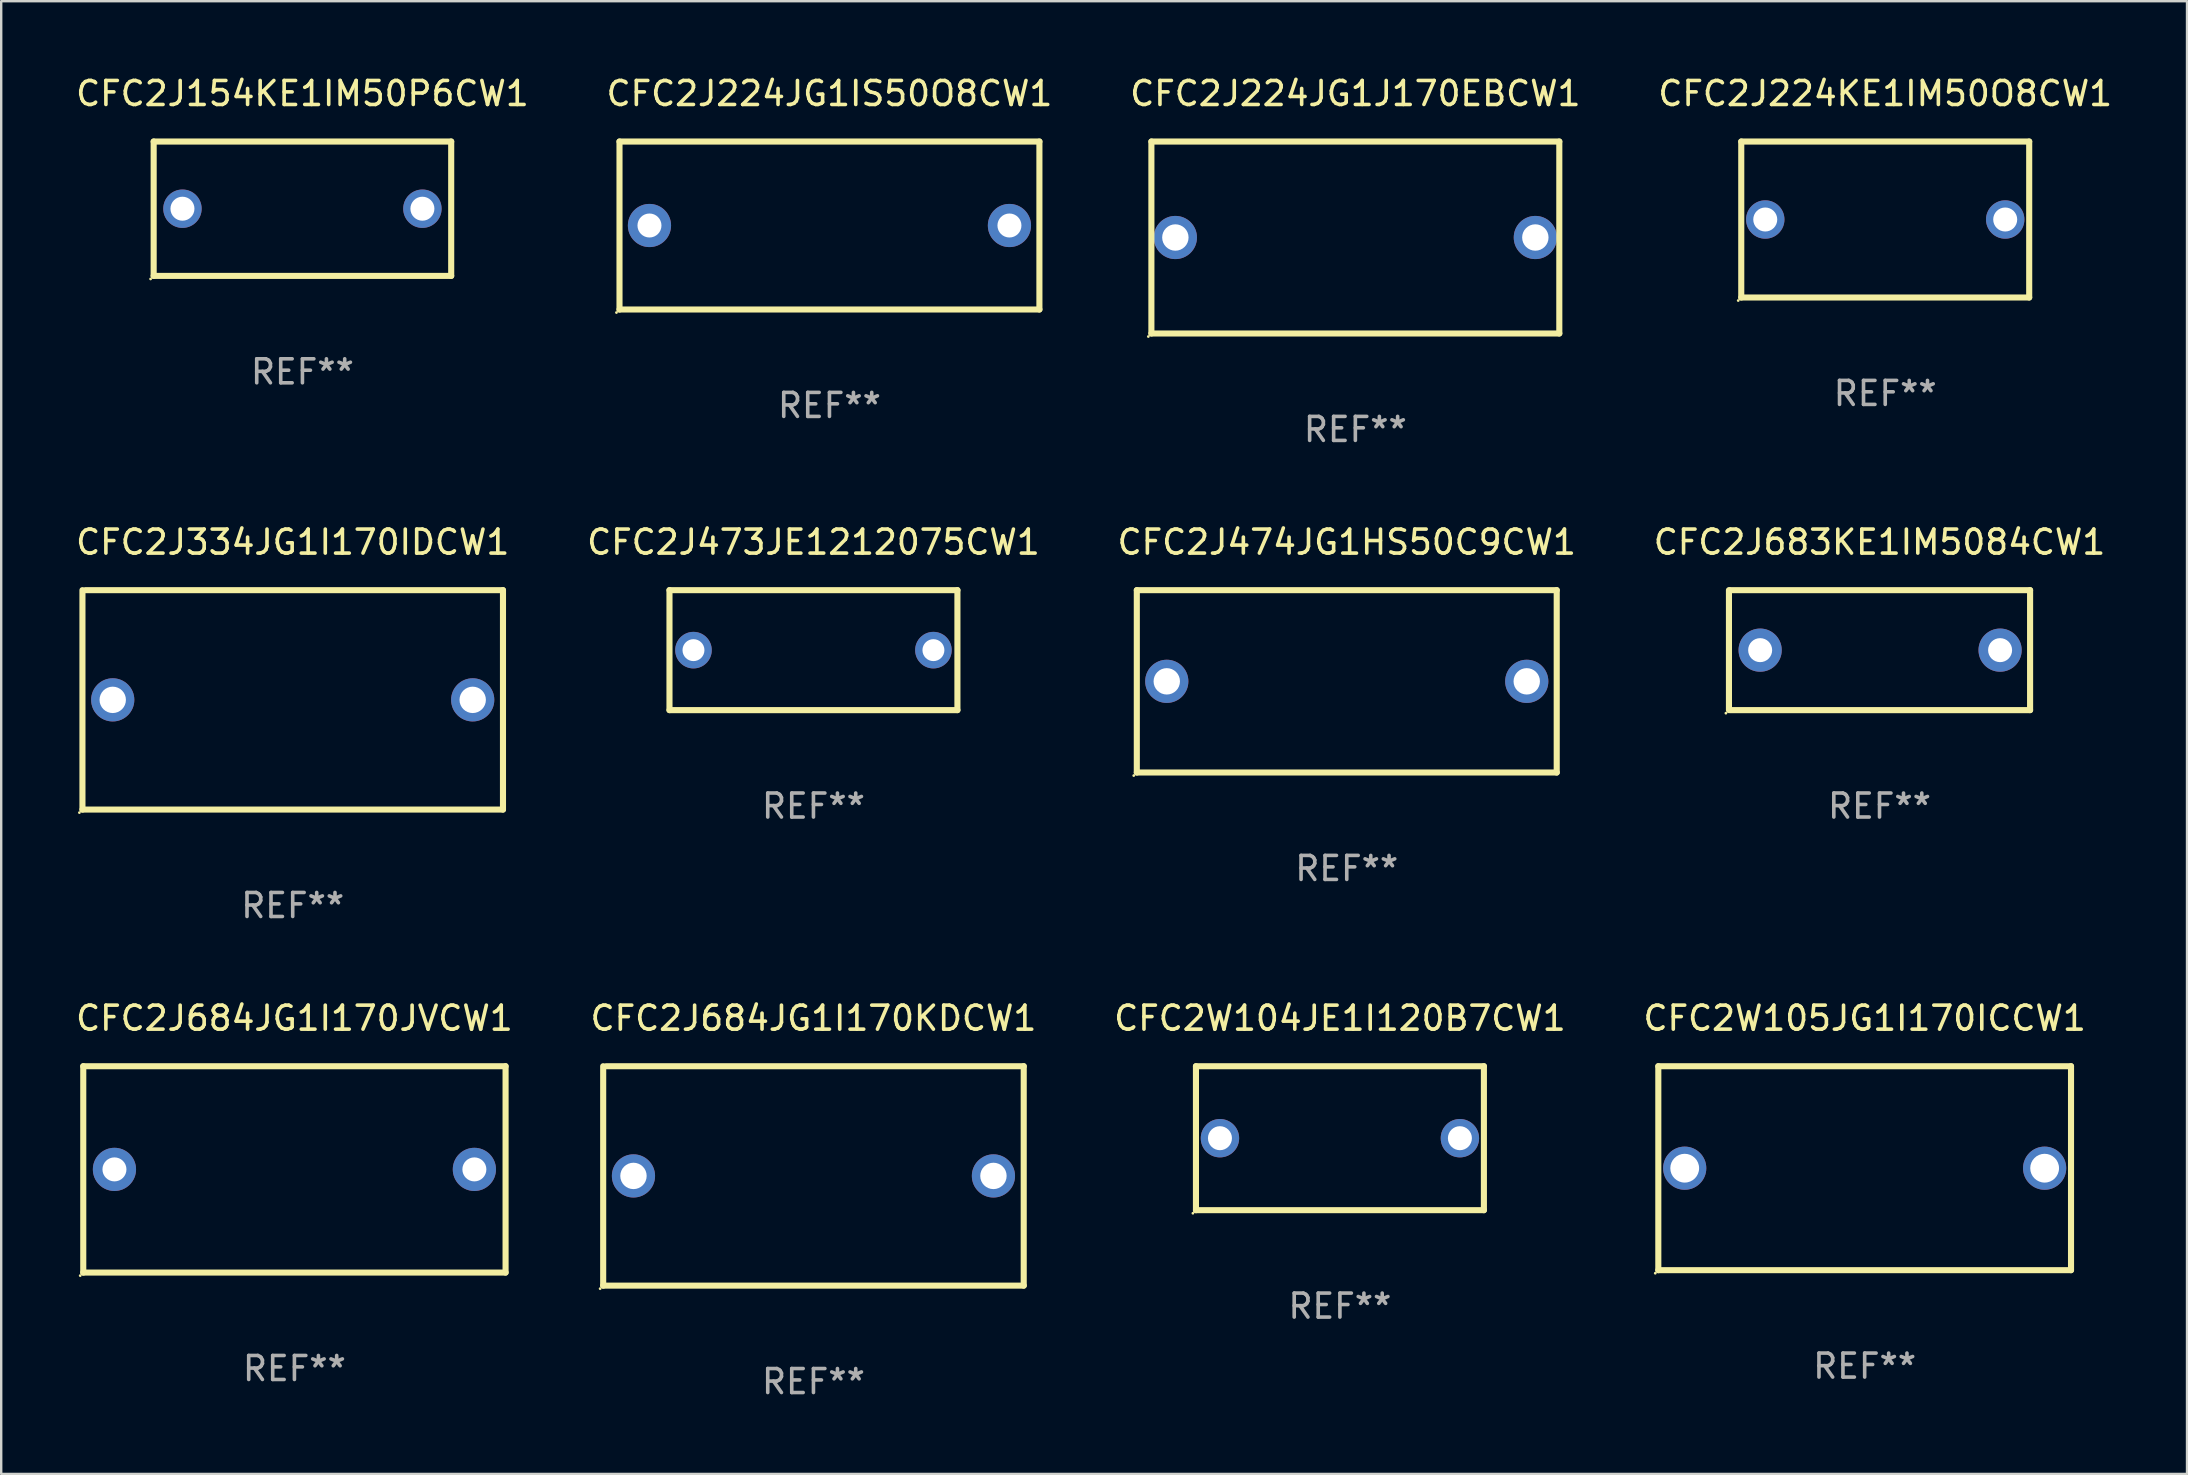
<source format=kicad_pcb>
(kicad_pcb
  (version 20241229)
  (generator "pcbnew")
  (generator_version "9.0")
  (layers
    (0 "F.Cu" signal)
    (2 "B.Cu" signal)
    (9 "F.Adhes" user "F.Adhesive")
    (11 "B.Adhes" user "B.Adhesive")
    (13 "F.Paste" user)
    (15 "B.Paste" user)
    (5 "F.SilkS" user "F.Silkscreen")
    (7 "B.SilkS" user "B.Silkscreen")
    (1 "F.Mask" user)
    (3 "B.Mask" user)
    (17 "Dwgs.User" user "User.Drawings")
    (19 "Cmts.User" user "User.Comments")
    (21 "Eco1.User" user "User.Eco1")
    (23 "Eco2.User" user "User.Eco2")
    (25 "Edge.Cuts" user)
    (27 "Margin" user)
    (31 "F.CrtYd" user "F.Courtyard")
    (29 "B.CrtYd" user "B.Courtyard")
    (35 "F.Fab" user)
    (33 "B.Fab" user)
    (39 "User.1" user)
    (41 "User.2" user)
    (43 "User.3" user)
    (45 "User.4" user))
  (footprint "CFC2J224JG1J170EBCW1"
    (layer "F.Cu")
    (at 53.435 6.848)
    (property "Reference" "CFC2J224JG1J170EBCW1" (at 0 -6 0) (layer "F.SilkS") (effects (font (size 1 1) (thickness 0.15))))
    (attr through_hole)
    (fp_line (start -8.5 -4) (end 8.5 -4) (stroke (width 0.254) (type solid)) (layer "F.SilkS"))
    (fp_line (start -8.5 4) (end -8.5 -4) (stroke (width 0.254) (type solid)) (layer "F.SilkS"))
    (fp_line (start 8.5 -4) (end 8.5 4) (stroke (width 0.254) (type solid)) (layer "F.SilkS"))
    (fp_line (start 8.5 4) (end -8.5 4) (stroke (width 0.254) (type solid)) (layer "F.SilkS"))
    (fp_circle (center -8.627 4.127) (end -8.597 4.127) (stroke (width 0.06) (type solid)) (fill no) (layer "F.SilkS"))
    (fp_text user "REF**" (at 0 8 0) (layer "F.Fab") (effects (font (size 1 1) (thickness 0.15))))
    (pad "1" thru_hole circle (at -7.501 0) (size 1.8 1.8) (drill 1.1) (layers "*.Cu" "*.Mask"))
    (pad "2" thru_hole circle (at 7.501 0) (size 1.8 1.8) (drill 1.1) (layers "*.Cu" "*.Mask")))
  (footprint "CFC2J474JG1HS50C9CW1"
    (layer "F.Cu")
    (at 53.077 25.345)
    (property "Reference" "CFC2J474JG1HS50C9CW1" (at 0 -5.8 0) (layer "F.SilkS") (effects (font (size 1 1) (thickness 0.15))))
    (attr through_hole)
    (fp_line (start -8.75 -3.8) (end 8.75 -3.8) (stroke (width 0.254) (type solid)) (layer "F.SilkS"))
    (fp_line (start -8.75 3.8) (end -8.75 -3.8) (stroke (width 0.254) (type solid)) (layer "F.SilkS"))
    (fp_line (start 8.75 -3.8) (end 8.75 3.8) (stroke (width 0.254) (type solid)) (layer "F.SilkS"))
    (fp_line (start 8.75 3.8) (end -8.75 3.8) (stroke (width 0.254) (type solid)) (layer "F.SilkS"))
    (fp_circle (center -8.877 3.927) (end -8.847 3.927) (stroke (width 0.06) (type solid)) (fill no) (layer "F.SilkS"))
    (fp_text user "REF**" (at 0 7.8 0) (layer "F.Fab") (effects (font (size 1 1) (thickness 0.15))))
    (pad "1" thru_hole circle (at -7.501 0) (size 1.8 1.8) (drill 1.1) (layers "*.Cu" "*.Mask"))
    (pad "2" thru_hole circle (at 7.501 0) (size 1.8 1.8) (drill 1.1) (layers "*.Cu" "*.Mask")))
  (footprint "CFC2J473JE1212075CW1"
    (layer "F.Cu")
    (at 30.851 24.045)
    (property "Reference" "CFC2J473JE1212075CW1" (at 0 -4.5 0) (layer "F.SilkS") (effects (font (size 1 1) (thickness 0.15))))
    (attr through_hole)
    (fp_line (start -6 -2.5) (end 6 -2.5) (stroke (width 0.254) (type solid)) (layer "F.SilkS"))
    (fp_line (start -6 2.5) (end -6 -2.5) (stroke (width 0.254) (type solid)) (layer "F.SilkS"))
    (fp_line (start 6 -2.5) (end 6 2.5) (stroke (width 0.254) (type solid)) (layer "F.SilkS"))
    (fp_line (start 6 2.5) (end -6 2.5) (stroke (width 0.254) (type solid)) (layer "F.SilkS"))
    (fp_circle (center -6 2.5) (end -5.97 2.5) (stroke (width 0.06) (type solid)) (fill no) (layer "F.SilkS"))
    (fp_text user "REF**" (at 0 6.5 0) (layer "F.Fab") (effects (font (size 1 1) (thickness 0.15))))
    (pad "1" thru_hole circle (at -5 0) (size 1.524 1.524) (drill 0.914) (layers "*.Cu" "*.Mask"))
    (pad "2" thru_hole circle (at 5 0) (size 1.524 1.524) (drill 0.914) (layers "*.Cu" "*.Mask")))
  (footprint "CFC2J683KE1IM5084CW1"
    (layer "F.Cu")
    (at 75.28 24.045)
    (property "Reference" "CFC2J683KE1IM5084CW1" (at 0 -4.5 0) (layer "F.SilkS") (effects (font (size 1 1) (thickness 0.15))))
    (attr through_hole)
    (fp_line (start -6.275 -2.5) (end -6.275 2.5) (stroke (width 0.254) (type solid)) (layer "F.SilkS"))
    (fp_line (start -6.225 -2.5) (end 6.275 -2.5) (stroke (width 0.254) (type solid)) (layer "F.SilkS"))
    (fp_line (start -6.225 2.5) (end 6.275 2.5) (stroke (width 0.254) (type solid)) (layer "F.SilkS"))
    (fp_line (start 6.275 -2.5) (end 6.275 2.5) (stroke (width 0.254) (type solid)) (layer "F.SilkS"))
    (fp_circle (center -6.402 2.627) (end -6.372 2.627) (stroke (width 0.06) (type solid)) (fill no) (layer "F.SilkS"))
    (fp_text user "REF**" (at 0 6.5 0) (layer "F.Fab") (effects (font (size 1 1) (thickness 0.15))))
    (pad "1" thru_hole circle (at -4.975 0) (size 1.8 1.8) (drill 1) (layers "*.Cu" "*.Mask"))
    (pad "2" thru_hole circle (at 5.025 0) (size 1.8 1.8) (drill 1) (layers "*.Cu" "*.Mask")))
  (footprint "CFC2J334JG1I170IDCW1"
    (layer "F.Cu")
    (at 9.149 26.117)
    (property "Reference" "CFC2J334JG1I170IDCW1" (at 0 -6.572 0) (layer "F.SilkS") (effects (font (size 1 1) (thickness 0.15))))
    (attr through_hole)
    (fp_line (start -8.763 4.572) (end -8.763 -4.572) (stroke (width 0.254) (type solid)) (layer "F.SilkS"))
    (fp_line (start -8.636 -4.572) (end 8.763 -4.572) (stroke (width 0.254) (type solid)) (layer "F.SilkS"))
    (fp_line (start 8.763 -4.572) (end 8.763 4.572) (stroke (width 0.254) (type solid)) (layer "F.SilkS"))
    (fp_line (start 8.763 4.572) (end -8.763 4.572) (stroke (width 0.254) (type solid)) (layer "F.SilkS"))
    (fp_circle (center -8.89 4.699) (end -8.86 4.699) (stroke (width 0.06) (type solid)) (fill no) (layer "F.SilkS"))
    (fp_text user "REF**" (at 0 8.572 0) (layer "F.Fab") (effects (font (size 1 1) (thickness 0.15))))
    (pad "1" thru_hole circle (at -7.501 0) (size 1.8 1.8) (drill 1.1) (layers "*.Cu" "*.Mask"))
    (pad "2" thru_hole circle (at 7.501 0) (size 1.8 1.8) (drill 1.1) (layers "*.Cu" "*.Mask")))
  (footprint "CFC2W105JG1I170ICCW1"
    (layer "F.Cu")
    (at 74.661 45.635)
    (property "Reference" "CFC2W105JG1I170ICCW1" (at 0 -6.25 0) (layer "F.SilkS") (effects (font (size 1 1) (thickness 0.15))))
    (attr through_hole)
    (fp_line (start -8.6 4.25) (end -8.6 -4.25) (stroke (width 0.254) (type solid)) (layer "F.SilkS"))
    (fp_line (start -8.6 -4.25) (end 8.6 -4.25) (stroke (width 0.254) (type solid)) (layer "F.SilkS"))
    (fp_line (start 8.6 -4.25) (end 8.6 4.25) (stroke (width 0.254) (type solid)) (layer "F.SilkS"))
    (fp_line (start 8.6 4.25) (end -8.6 4.25) (stroke (width 0.254) (type solid)) (layer "F.SilkS"))
    (fp_circle (center -8.727 4.377) (end -8.697 4.377) (stroke (width 0.06) (type solid)) (fill no) (layer "F.SilkS"))
    (fp_text user "REF**" (at 0 8.25 0) (layer "F.Fab") (effects (font (size 1 1) (thickness 0.15))))
    (pad "1" thru_hole circle (at -7.5 0) (size 1.8 1.8) (drill 1.2) (layers "*.Cu" "*.Mask"))
    (pad "2" thru_hole circle (at 7.5 0) (size 1.8 1.8) (drill 1.2) (layers "*.Cu" "*.Mask")))
  (footprint "CFC2J684JG1I170JVCW1"
    (layer "F.Cu")
    (at 9.22 45.685)
    (property "Reference" "CFC2J684JG1I170JVCW1" (at 0 -6.3 0) (layer "F.SilkS") (effects (font (size 1 1) (thickness 0.15))))
    (attr through_hole)
    (fp_line (start -8.8 -4.3) (end -8.8 4.3) (stroke (width 0.254) (type solid)) (layer "F.SilkS"))
    (fp_line (start -8.8 -4.3) (end 8.8 -4.3) (stroke (width 0.254) (type solid)) (layer "F.SilkS"))
    (fp_line (start -8.8 4.3) (end 8.8 4.3) (stroke (width 0.254) (type solid)) (layer "F.SilkS"))
    (fp_line (start 8.8 -4.3) (end 8.8 4.3) (stroke (width 0.254) (type solid)) (layer "F.SilkS"))
    (fp_circle (center -8.927 4.427) (end -8.897 4.427) (stroke (width 0.06) (type solid)) (fill no) (layer "F.SilkS"))
    (fp_text user "REF**" (at 0 8.3 0) (layer "F.Fab") (effects (font (size 1 1) (thickness 0.15))))
    (pad "1" thru_hole circle (at -7.5 0) (size 1.8 1.8) (drill 1) (layers "*.Cu" "*.Mask"))
    (pad "2" thru_hole circle (at 7.5 0) (size 1.8 1.8) (drill 1) (layers "*.Cu" "*.Mask")))
  (footprint "CFC2J224KE1IM50O8CW1"
    (layer "F.Cu")
    (at 75.518 6.098)
    (property "Reference" "CFC2J224KE1IM50O8CW1" (at 0 -5.25 0) (layer "F.SilkS") (effects (font (size 1 1) (thickness 0.15))))
    (attr through_hole)
    (fp_line (start -6 -3.25) (end 6 -3.25) (stroke (width 0.254) (type solid)) (layer "F.SilkS"))
    (fp_line (start -6 3.25) (end -6 -3.25) (stroke (width 0.254) (type solid)) (layer "F.SilkS"))
    (fp_line (start 6 -3.25) (end 6 3.25) (stroke (width 0.254) (type solid)) (layer "F.SilkS"))
    (fp_line (start 6 3.25) (end -6 3.25) (stroke (width 0.254) (type solid)) (layer "F.SilkS"))
    (fp_circle (center -6.127 3.377) (end -6.097 3.377) (stroke (width 0.06) (type solid)) (fill no) (layer "F.SilkS"))
    (fp_text user "REF**" (at 0 7.25 0) (layer "F.Fab") (effects (font (size 1 1) (thickness 0.15))))
    (pad "1" thru_hole circle (at -5 0) (size 1.6 1.6) (drill 1) (layers "*.Cu" "*.Mask"))
    (pad "2" thru_hole circle (at 5 0) (size 1.6 1.6) (drill 1) (layers "*.Cu" "*.Mask")))
  (footprint "CFC2W104JE1I120B7CW1"
    (layer "F.Cu")
    (at 52.792 44.385)
    (property "Reference" "CFC2W104JE1I120B7CW1" (at 0 -5 0) (layer "F.SilkS") (effects (font (size 1 1) (thickness 0.15))))
    (attr through_hole)
    (fp_line (start -6 -3) (end 6 -3) (stroke (width 0.254) (type solid)) (layer "F.SilkS"))
    (fp_line (start -6 3) (end -6 -3) (stroke (width 0.254) (type solid)) (layer "F.SilkS"))
    (fp_line (start 6 -3) (end 6 3) (stroke (width 0.254) (type solid)) (layer "F.SilkS"))
    (fp_line (start 6 3) (end -6 3) (stroke (width 0.254) (type solid)) (layer "F.SilkS"))
    (fp_circle (center -6.127 3.127) (end -6.097 3.127) (stroke (width 0.06) (type solid)) (fill no) (layer "F.SilkS"))
    (fp_text user "REF**" (at 0 7 0) (layer "F.Fab") (effects (font (size 1 1) (thickness 0.15))))
    (pad "1" thru_hole circle (at -5 0) (size 1.6 1.6) (drill 1) (layers "*.Cu" "*.Mask"))
    (pad "2" thru_hole circle (at 5 0) (size 1.6 1.6) (drill 1) (layers "*.Cu" "*.Mask")))
  (footprint "CFC2J224JG1IS50O8CW1"
    (layer "F.Cu")
    (at 31.518 6.348)
    (property "Reference" "CFC2J224JG1IS50O8CW1" (at 0 -5.5 0) (layer "F.SilkS") (effects (font (size 1 1) (thickness 0.15))))
    (attr through_hole)
    (fp_line (start -8.75 -3.5) (end 8.75 -3.5) (stroke (width 0.254) (type solid)) (layer "F.SilkS"))
    (fp_line (start -8.75 3.5) (end -8.75 -3.5) (stroke (width 0.254) (type solid)) (layer "F.SilkS"))
    (fp_line (start 8.75 -3.5) (end 8.75 3.5) (stroke (width 0.254) (type solid)) (layer "F.SilkS"))
    (fp_line (start 8.75 3.5) (end -8.75 3.5) (stroke (width 0.254) (type solid)) (layer "F.SilkS"))
    (fp_circle (center -8.877 3.627) (end -8.847 3.627) (stroke (width 0.06) (type solid)) (fill no) (layer "F.SilkS"))
    (fp_text user "REF**" (at 0 7.5 0) (layer "F.Fab") (effects (font (size 1 1) (thickness 0.15))))
    (pad "1" thru_hole circle (at -7.501 0) (size 1.8 1.8) (drill 1) (layers "*.Cu" "*.Mask"))
    (pad "2" thru_hole circle (at 7.501 0) (size 1.8 1.8) (drill 1) (layers "*.Cu" "*.Mask")))
  (footprint "CFC2J684JG1I170KDCW1"
    (layer "F.Cu")
    (at 30.851 45.957)
    (property "Reference" "CFC2J684JG1I170KDCW1" (at 0 -6.572 0) (layer "F.SilkS") (effects (font (size 1 1) (thickness 0.15))))
    (attr through_hole)
    (fp_line (start -8.763 4.572) (end -8.763 -4.572) (stroke (width 0.254) (type solid)) (layer "F.SilkS"))
    (fp_line (start -8.636 -4.572) (end 8.763 -4.572) (stroke (width 0.254) (type solid)) (layer "F.SilkS"))
    (fp_line (start 8.763 -4.572) (end 8.763 4.572) (stroke (width 0.254) (type solid)) (layer "F.SilkS"))
    (fp_line (start 8.763 4.572) (end -8.763 4.572) (stroke (width 0.254) (type solid)) (layer "F.SilkS"))
    (fp_circle (center -8.89 4.699) (end -8.86 4.699) (stroke (width 0.06) (type solid)) (fill no) (layer "F.SilkS"))
    (fp_text user "REF**" (at 0 8.572 0) (layer "F.Fab") (effects (font (size 1 1) (thickness 0.15))))
    (pad "1" thru_hole circle (at -7.501 0) (size 1.8 1.8) (drill 1.1) (layers "*.Cu" "*.Mask"))
    (pad "2" thru_hole circle (at 7.501 0) (size 1.8 1.8) (drill 1.1) (layers "*.Cu" "*.Mask")))
  (footprint "CFC2J154KE1IM50P6CW1"
    (layer "F.Cu")
    (at 9.554 5.648)
    (property "Reference" "CFC2J154KE1IM50P6CW1" (at 0 -4.8 0) (layer "F.SilkS") (effects (font (size 1 1) (thickness 0.15))))
    (attr through_hole)
    (fp_line (start -6.2 -2.8) (end 6.2 -2.8) (stroke (width 0.254) (type solid)) (layer "F.SilkS"))
    (fp_line (start -6.2 2.8) (end -6.2 -2.8) (stroke (width 0.254) (type solid)) (layer "F.SilkS"))
    (fp_line (start 6.2 -2.8) (end 6.2 2.8) (stroke (width 0.254) (type solid)) (layer "F.SilkS"))
    (fp_line (start 6.2 2.8) (end -6.2 2.8) (stroke (width 0.254) (type solid)) (layer "F.SilkS"))
    (fp_circle (center -6.327 2.927) (end -6.297 2.927) (stroke (width 0.06) (type solid)) (fill no) (layer "F.SilkS"))
    (fp_text user "REF**" (at 0 6.8 0) (layer "F.Fab") (effects (font (size 1 1) (thickness 0.15))))
    (pad "1" thru_hole circle (at -5 0) (size 1.6 1.6) (drill 1) (layers "*.Cu" "*.Mask"))
    (pad "2" thru_hole circle (at 5 0) (size 1.6 1.6) (drill 1) (layers "*.Cu" "*.Mask")))
  (gr_rect
    (start -3 -3)
    (end 88.095 58.378)
    (stroke (width 0.1) (type default))
    (fill no)
    (layer "Edge.Cuts")))
</source>
